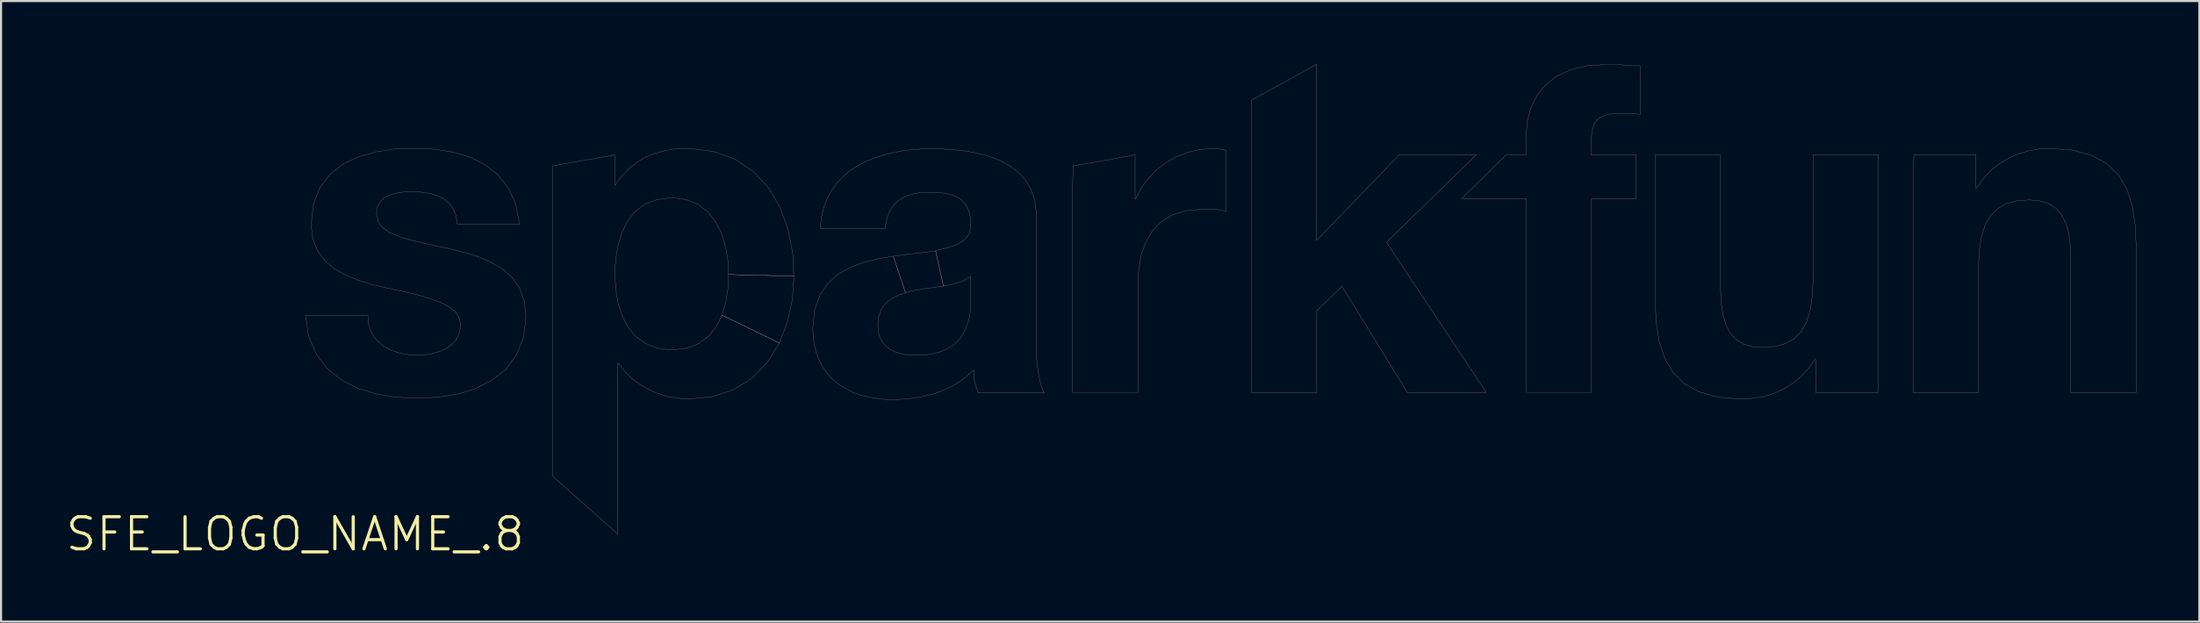
<source format=kicad_pcb>
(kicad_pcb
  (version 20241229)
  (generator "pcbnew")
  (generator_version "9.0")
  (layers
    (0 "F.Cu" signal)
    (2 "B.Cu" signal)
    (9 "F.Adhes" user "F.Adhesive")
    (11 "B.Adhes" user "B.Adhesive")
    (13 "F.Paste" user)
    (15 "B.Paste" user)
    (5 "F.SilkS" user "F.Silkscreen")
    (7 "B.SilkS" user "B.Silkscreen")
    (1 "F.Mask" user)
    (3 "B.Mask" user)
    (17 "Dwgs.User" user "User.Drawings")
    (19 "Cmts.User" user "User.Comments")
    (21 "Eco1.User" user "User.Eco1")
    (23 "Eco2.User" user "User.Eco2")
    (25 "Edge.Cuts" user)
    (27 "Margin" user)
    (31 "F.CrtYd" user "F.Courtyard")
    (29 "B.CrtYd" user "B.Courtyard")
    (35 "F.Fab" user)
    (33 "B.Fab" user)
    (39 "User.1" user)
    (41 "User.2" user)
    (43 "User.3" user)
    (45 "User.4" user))
  (footprint "SFE_LOGO_NAME_.8"
    (layer "F.Cu")
    (at 10.958 22.313)
    (property "Reference" "SFE_LOGO_NAME_.8" (at 0 0 0) (layer "F.SilkS") (effects (font (size 1.524 1.524) (thickness 0.15))))
    (attr exclude_from_pos_files exclude_from_bom)
    (fp_line (start 0.498 -10.389) (end 3.078 -10.389) (stroke (width 0.008) (type solid)) (layer "B.SilkS"))
    (fp_line (start 0.62 -9.5) (end 0.498 -10.389) (stroke (width 0.008) (type solid)) (layer "B.SilkS"))
    (fp_line (start 0.648 -9.388) (end 0.62 -9.5) (stroke (width 0.008) (type solid)) (layer "B.SilkS"))
    (fp_line (start 0.759 -14.699) (end 0.869 -15.679) (stroke (width 0.008) (type solid)) (layer "B.SilkS"))
    (fp_line (start 0.838 -14.008) (end 0.759 -14.699) (stroke (width 0.008) (type solid)) (layer "B.SilkS"))
    (fp_line (start 0.869 -15.679) (end 1.189 -16.48) (stroke (width 0.008) (type solid)) (layer "B.SilkS"))
    (fp_line (start 1.008 -8.539) (end 0.648 -9.388) (stroke (width 0.008) (type solid)) (layer "B.SilkS"))
    (fp_line (start 1.069 -13.439) (end 0.838 -14.008) (stroke (width 0.008) (type solid)) (layer "B.SilkS"))
    (fp_line (start 1.189 -16.48) (end 1.679 -17.109) (stroke (width 0.008) (type solid)) (layer "B.SilkS"))
    (fp_line (start 1.42 -12.969) (end 1.069 -13.439) (stroke (width 0.008) (type solid)) (layer "B.SilkS"))
    (fp_line (start 1.539 -7.849) (end 1.008 -8.539) (stroke (width 0.008) (type solid)) (layer "B.SilkS"))
    (fp_line (start 1.679 -17.109) (end 2.309 -17.59) (stroke (width 0.008) (type solid)) (layer "B.SilkS"))
    (fp_line (start 1.869 -12.598) (end 1.42 -12.969) (stroke (width 0.008) (type solid)) (layer "B.SilkS"))
    (fp_line (start 2.21 -7.308) (end 1.539 -7.849) (stroke (width 0.008) (type solid)) (layer "B.SilkS"))
    (fp_line (start 2.309 -17.59) (end 3.048 -17.937) (stroke (width 0.008) (type solid)) (layer "B.SilkS"))
    (fp_line (start 2.408 -12.289) (end 1.869 -12.598) (stroke (width 0.008) (type solid)) (layer "B.SilkS"))
    (fp_line (start 3 -6.909) (end 2.21 -7.308) (stroke (width 0.008) (type solid)) (layer "B.SilkS"))
    (fp_line (start 3.018 -12.05) (end 2.408 -12.289) (stroke (width 0.008) (type solid)) (layer "B.SilkS"))
    (fp_line (start 3.048 -17.937) (end 3.879 -18.158) (stroke (width 0.008) (type solid)) (layer "B.SilkS"))
    (fp_line (start 3.078 -10.389) (end 3.449 -10.389) (stroke (width 0.008) (type solid)) (layer "B.SilkS"))
    (fp_line (start 3.449 -10.389) (end 3.498 -9.929) (stroke (width 0.008) (type solid)) (layer "B.SilkS"))
    (fp_line (start 3.498 -9.929) (end 3.65 -9.528) (stroke (width 0.008) (type solid)) (layer "B.SilkS"))
    (fp_line (start 3.65 -9.528) (end 3.879 -9.207) (stroke (width 0.008) (type solid)) (layer "B.SilkS"))
    (fp_line (start 3.668 -11.849) (end 3.018 -12.05) (stroke (width 0.008) (type solid)) (layer "B.SilkS"))
    (fp_line (start 3.858 -15.22) (end 3.94 -14.839) (stroke (width 0.008) (type solid)) (layer "B.SilkS"))
    (fp_line (start 3.879 -18.158) (end 4.76 -18.288) (stroke (width 0.008) (type solid)) (layer "B.SilkS"))
    (fp_line (start 3.879 -9.207) (end 4.188 -8.938) (stroke (width 0.008) (type solid)) (layer "B.SilkS"))
    (fp_line (start 3.879 -6.65) (end 3 -6.909) (stroke (width 0.008) (type solid)) (layer "B.SilkS"))
    (fp_line (start 3.909 -15.53) (end 3.858 -15.22) (stroke (width 0.008) (type solid)) (layer "B.SilkS"))
    (fp_line (start 3.94 -14.839) (end 4.158 -14.539) (stroke (width 0.008) (type solid)) (layer "B.SilkS"))
    (fp_line (start 4.028 -15.778) (end 3.909 -15.53) (stroke (width 0.008) (type solid)) (layer "B.SilkS"))
    (fp_line (start 4.158 -14.539) (end 4.508 -14.308) (stroke (width 0.008) (type solid)) (layer "B.SilkS"))
    (fp_line (start 4.188 -8.938) (end 4.549 -8.738) (stroke (width 0.008) (type solid)) (layer "B.SilkS"))
    (fp_line (start 4.219 -15.959) (end 4.028 -15.778) (stroke (width 0.008) (type solid)) (layer "B.SilkS"))
    (fp_line (start 4.338 -11.689) (end 3.668 -11.849) (stroke (width 0.008) (type solid)) (layer "B.SilkS"))
    (fp_line (start 4.458 -16.088) (end 4.219 -15.959) (stroke (width 0.008) (type solid)) (layer "B.SilkS"))
    (fp_line (start 4.508 -14.308) (end 4.958 -14.12) (stroke (width 0.008) (type solid)) (layer "B.SilkS"))
    (fp_line (start 4.549 -8.738) (end 4.948 -8.598) (stroke (width 0.008) (type solid)) (layer "B.SilkS"))
    (fp_line (start 4.729 -16.18) (end 4.458 -16.088) (stroke (width 0.008) (type solid)) (layer "B.SilkS"))
    (fp_line (start 4.76 -18.288) (end 5.669 -18.318) (stroke (width 0.008) (type solid)) (layer "B.SilkS"))
    (fp_line (start 4.829 -6.5) (end 3.879 -6.65) (stroke (width 0.008) (type solid)) (layer "B.SilkS"))
    (fp_line (start 4.948 -8.598) (end 5.38 -8.519) (stroke (width 0.008) (type solid)) (layer "B.SilkS"))
    (fp_line (start 4.958 -14.12) (end 5.499 -13.96) (stroke (width 0.008) (type solid)) (layer "B.SilkS"))
    (fp_line (start 5.019 -16.228) (end 4.729 -16.18) (stroke (width 0.008) (type solid)) (layer "B.SilkS"))
    (fp_line (start 5.128 -11.519) (end 4.338 -11.689) (stroke (width 0.008) (type solid)) (layer "B.SilkS"))
    (fp_line (start 5.309 -16.259) (end 5.019 -16.228) (stroke (width 0.008) (type solid)) (layer "B.SilkS"))
    (fp_line (start 5.38 -8.519) (end 5.829 -8.489) (stroke (width 0.008) (type solid)) (layer "B.SilkS"))
    (fp_line (start 5.499 -13.96) (end 6.088 -13.818) (stroke (width 0.008) (type solid)) (layer "B.SilkS"))
    (fp_line (start 5.588 -16.259) (end 5.309 -16.259) (stroke (width 0.008) (type solid)) (layer "B.SilkS"))
    (fp_line (start 5.669 -18.318) (end 6.579 -18.278) (stroke (width 0.008) (type solid)) (layer "B.SilkS"))
    (fp_line (start 5.799 -6.449) (end 4.829 -6.5) (stroke (width 0.008) (type solid)) (layer "B.SilkS"))
    (fp_line (start 5.819 -11.359) (end 5.128 -11.519) (stroke (width 0.008) (type solid)) (layer "B.SilkS"))
    (fp_line (start 5.829 -8.489) (end 6.16 -8.519) (stroke (width 0.008) (type solid)) (layer "B.SilkS"))
    (fp_line (start 5.989 -16.238) (end 5.588 -16.259) (stroke (width 0.008) (type solid)) (layer "B.SilkS"))
    (fp_line (start 6.088 -13.818) (end 6.718 -13.678) (stroke (width 0.008) (type solid)) (layer "B.SilkS"))
    (fp_line (start 6.16 -8.519) (end 6.507 -8.57) (stroke (width 0.008) (type solid)) (layer "B.SilkS"))
    (fp_line (start 6.368 -16.18) (end 5.989 -16.238) (stroke (width 0.008) (type solid)) (layer "B.SilkS"))
    (fp_line (start 6.419 -11.179) (end 5.819 -11.359) (stroke (width 0.008) (type solid)) (layer "B.SilkS"))
    (fp_line (start 6.507 -8.57) (end 6.848 -8.669) (stroke (width 0.008) (type solid)) (layer "B.SilkS"))
    (fp_line (start 6.579 -18.278) (end 7.45 -18.148) (stroke (width 0.008) (type solid)) (layer "B.SilkS"))
    (fp_line (start 6.718 -16.088) (end 6.368 -16.18) (stroke (width 0.008) (type solid)) (layer "B.SilkS"))
    (fp_line (start 6.718 -13.678) (end 7.379 -13.538) (stroke (width 0.008) (type solid)) (layer "B.SilkS"))
    (fp_line (start 6.759 -6.5) (end 5.799 -6.449) (stroke (width 0.008) (type solid)) (layer "B.SilkS"))
    (fp_line (start 6.848 -8.669) (end 7.168 -8.809) (stroke (width 0.008) (type solid)) (layer "B.SilkS"))
    (fp_line (start 6.929 -10.988) (end 6.419 -11.179) (stroke (width 0.008) (type solid)) (layer "B.SilkS"))
    (fp_line (start 7.028 -15.938) (end 6.718 -16.088) (stroke (width 0.008) (type solid)) (layer "B.SilkS"))
    (fp_line (start 7.168 -8.809) (end 7.44 -9.009) (stroke (width 0.008) (type solid)) (layer "B.SilkS"))
    (fp_line (start 7.29 -15.738) (end 7.028 -15.938) (stroke (width 0.008) (type solid)) (layer "B.SilkS"))
    (fp_line (start 7.318 -10.78) (end 6.929 -10.988) (stroke (width 0.008) (type solid)) (layer "B.SilkS"))
    (fp_line (start 7.379 -13.538) (end 8.049 -13.368) (stroke (width 0.008) (type solid)) (layer "B.SilkS"))
    (fp_line (start 7.44 -9.009) (end 7.658 -9.248) (stroke (width 0.008) (type solid)) (layer "B.SilkS"))
    (fp_line (start 7.45 -18.148) (end 8.258 -17.92) (stroke (width 0.008) (type solid)) (layer "B.SilkS"))
    (fp_line (start 7.488 -15.469) (end 7.29 -15.738) (stroke (width 0.008) (type solid)) (layer "B.SilkS"))
    (fp_line (start 7.62 -10.549) (end 7.318 -10.78) (stroke (width 0.008) (type solid)) (layer "B.SilkS"))
    (fp_line (start 7.628 -15.138) (end 7.488 -15.469) (stroke (width 0.008) (type solid)) (layer "B.SilkS"))
    (fp_line (start 7.658 -9.248) (end 7.798 -9.568) (stroke (width 0.008) (type solid)) (layer "B.SilkS"))
    (fp_line (start 7.678 -6.64) (end 6.759 -6.5) (stroke (width 0.008) (type solid)) (layer "B.SilkS"))
    (fp_line (start 7.699 -14.719) (end 7.628 -15.138) (stroke (width 0.008) (type solid)) (layer "B.SilkS"))
    (fp_line (start 7.788 -10.269) (end 7.62 -10.549) (stroke (width 0.008) (type solid)) (layer "B.SilkS"))
    (fp_line (start 7.798 -9.568) (end 7.859 -9.939) (stroke (width 0.008) (type solid)) (layer "B.SilkS"))
    (fp_line (start 7.859 -9.939) (end 7.788 -10.269) (stroke (width 0.008) (type solid)) (layer "B.SilkS"))
    (fp_line (start 8.049 -13.368) (end 8.7 -13.17) (stroke (width 0.008) (type solid)) (layer "B.SilkS"))
    (fp_line (start 8.258 -17.92) (end 8.989 -17.559) (stroke (width 0.008) (type solid)) (layer "B.SilkS"))
    (fp_line (start 8.55 -6.909) (end 7.678 -6.64) (stroke (width 0.008) (type solid)) (layer "B.SilkS"))
    (fp_line (start 8.7 -13.17) (end 9.299 -12.908) (stroke (width 0.008) (type solid)) (layer "B.SilkS"))
    (fp_line (start 8.989 -17.559) (end 9.609 -17.079) (stroke (width 0.008) (type solid)) (layer "B.SilkS"))
    (fp_line (start 9.299 -12.908) (end 9.84 -12.588) (stroke (width 0.008) (type solid)) (layer "B.SilkS"))
    (fp_line (start 9.329 -7.3) (end 8.55 -6.909) (stroke (width 0.008) (type solid)) (layer "B.SilkS"))
    (fp_line (start 9.609 -17.079) (end 10.109 -16.459) (stroke (width 0.008) (type solid)) (layer "B.SilkS"))
    (fp_line (start 9.84 -12.588) (end 10.3 -12.189) (stroke (width 0.008) (type solid)) (layer "B.SilkS"))
    (fp_line (start 10 -7.828) (end 9.329 -7.3) (stroke (width 0.008) (type solid)) (layer "B.SilkS"))
    (fp_line (start 10.109 -16.459) (end 10.47 -15.679) (stroke (width 0.008) (type solid)) (layer "B.SilkS"))
    (fp_line (start 10.3 -12.189) (end 10.648 -11.699) (stroke (width 0.008) (type solid)) (layer "B.SilkS"))
    (fp_line (start 10.47 -15.679) (end 10.648 -14.719) (stroke (width 0.008) (type solid)) (layer "B.SilkS"))
    (fp_line (start 10.508 -8.509) (end 10 -7.828) (stroke (width 0.008) (type solid)) (layer "B.SilkS"))
    (fp_line (start 10.648 -14.719) (end 7.699 -14.719) (stroke (width 0.008) (type solid)) (layer "B.SilkS"))
    (fp_line (start 10.648 -11.699) (end 10.869 -11.1) (stroke (width 0.008) (type solid)) (layer "B.SilkS"))
    (fp_line (start 10.838 -9.35) (end 10.508 -8.509) (stroke (width 0.008) (type solid)) (layer "B.SilkS"))
    (fp_line (start 10.869 -11.1) (end 10.95 -10.378) (stroke (width 0.008) (type solid)) (layer "B.SilkS"))
    (fp_line (start 10.95 -10.378) (end 10.95 -10.239) (stroke (width 0.008) (type solid)) (layer "B.SilkS"))
    (fp_line (start 10.95 -10.239) (end 10.838 -9.35) (stroke (width 0.008) (type solid)) (layer "B.SilkS"))
    (fp_line (start 12.22 -17.488) (end 12.588 -17.549) (stroke (width 0.008) (type solid)) (layer "B.SilkS"))
    (fp_line (start 12.22 -2.758) (end 12.22 -17.488) (stroke (width 0.008) (type solid)) (layer "B.SilkS"))
    (fp_line (start 12.588 -17.549) (end 12.959 -17.62) (stroke (width 0.008) (type solid)) (layer "B.SilkS"))
    (fp_line (start 12.609 -2.408) (end 12.22 -2.758) (stroke (width 0.008) (type solid)) (layer "B.SilkS"))
    (fp_line (start 12.959 -17.62) (end 13.32 -17.678) (stroke (width 0.008) (type solid)) (layer "B.SilkS"))
    (fp_line (start 12.99 -2.068) (end 12.609 -2.408) (stroke (width 0.008) (type solid)) (layer "B.SilkS"))
    (fp_line (start 13.32 -17.678) (end 13.688 -17.75) (stroke (width 0.008) (type solid)) (layer "B.SilkS"))
    (fp_line (start 13.378 -1.72) (end 12.99 -2.068) (stroke (width 0.008) (type solid)) (layer "B.SilkS"))
    (fp_line (start 13.688 -17.75) (end 14.059 -17.808) (stroke (width 0.008) (type solid)) (layer "B.SilkS"))
    (fp_line (start 13.769 -1.379) (end 13.378 -1.72) (stroke (width 0.008) (type solid)) (layer "B.SilkS"))
    (fp_line (start 14.059 -17.808) (end 14.43 -17.879) (stroke (width 0.008) (type solid)) (layer "B.SilkS"))
    (fp_line (start 14.158 -1.029) (end 13.769 -1.379) (stroke (width 0.008) (type solid)) (layer "B.SilkS"))
    (fp_line (start 14.43 -17.879) (end 14.798 -17.937) (stroke (width 0.008) (type solid)) (layer "B.SilkS"))
    (fp_line (start 14.539 -0.688) (end 14.158 -1.029) (stroke (width 0.008) (type solid)) (layer "B.SilkS"))
    (fp_line (start 14.798 -17.937) (end 15.169 -18.009) (stroke (width 0.008) (type solid)) (layer "B.SilkS"))
    (fp_line (start 14.928 -0.338) (end 14.539 -0.688) (stroke (width 0.008) (type solid)) (layer "B.SilkS"))
    (fp_line (start 15.169 -18.009) (end 15.169 -16.568) (stroke (width 0.008) (type solid)) (layer "B.SilkS"))
    (fp_line (start 15.169 -16.568) (end 15.189 -16.568) (stroke (width 0.008) (type solid)) (layer "B.SilkS"))
    (fp_line (start 15.179 -12.329) (end 15.22 -11.648) (stroke (width 0.008) (type solid)) (layer "B.SilkS"))
    (fp_line (start 15.189 -16.568) (end 15.489 -16.988) (stroke (width 0.008) (type solid)) (layer "B.SilkS"))
    (fp_line (start 15.21 -13.01) (end 15.179 -12.329) (stroke (width 0.008) (type solid)) (layer "B.SilkS"))
    (fp_line (start 15.22 -11.648) (end 15.319 -10.998) (stroke (width 0.008) (type solid)) (layer "B.SilkS"))
    (fp_line (start 15.319 -13.668) (end 15.21 -13.01) (stroke (width 0.008) (type solid)) (layer "B.SilkS"))
    (fp_line (start 15.319 -10.998) (end 15.509 -10.399) (stroke (width 0.008) (type solid)) (layer "B.SilkS"))
    (fp_line (start 15.319 -8.118) (end 15.319 0) (stroke (width 0.008) (type solid)) (layer "B.SilkS"))
    (fp_line (start 15.319 0) (end 14.928 -0.338) (stroke (width 0.008) (type solid)) (layer "B.SilkS"))
    (fp_line (start 15.339 -8.118) (end 15.319 -8.118) (stroke (width 0.008) (type solid)) (layer "B.SilkS"))
    (fp_line (start 15.489 -16.988) (end 15.839 -17.348) (stroke (width 0.008) (type solid)) (layer "B.SilkS"))
    (fp_line (start 15.499 -14.287) (end 15.319 -13.668) (stroke (width 0.008) (type solid)) (layer "B.SilkS"))
    (fp_line (start 15.509 -10.399) (end 15.778 -9.858) (stroke (width 0.008) (type solid)) (layer "B.SilkS"))
    (fp_line (start 15.639 -7.729) (end 15.339 -8.118) (stroke (width 0.008) (type solid)) (layer "B.SilkS"))
    (fp_line (start 15.758 -14.839) (end 15.499 -14.287) (stroke (width 0.008) (type solid)) (layer "B.SilkS"))
    (fp_line (start 15.778 -9.858) (end 16.149 -9.398) (stroke (width 0.008) (type solid)) (layer "B.SilkS"))
    (fp_line (start 15.839 -17.348) (end 16.218 -17.658) (stroke (width 0.008) (type solid)) (layer "B.SilkS"))
    (fp_line (start 15.989 -7.389) (end 15.639 -7.729) (stroke (width 0.008) (type solid)) (layer "B.SilkS"))
    (fp_line (start 16.129 -15.309) (end 15.758 -14.839) (stroke (width 0.008) (type solid)) (layer "B.SilkS"))
    (fp_line (start 16.149 -9.398) (end 16.619 -9.058) (stroke (width 0.008) (type solid)) (layer "B.SilkS"))
    (fp_line (start 16.218 -17.658) (end 16.629 -17.899) (stroke (width 0.008) (type solid)) (layer "B.SilkS"))
    (fp_line (start 16.378 -7.099) (end 15.989 -7.389) (stroke (width 0.008) (type solid)) (layer "B.SilkS"))
    (fp_line (start 16.589 -15.659) (end 16.129 -15.309) (stroke (width 0.008) (type solid)) (layer "B.SilkS"))
    (fp_line (start 16.619 -9.058) (end 17.198 -8.829) (stroke (width 0.008) (type solid)) (layer "B.SilkS"))
    (fp_line (start 16.629 -17.899) (end 17.069 -18.08) (stroke (width 0.008) (type solid)) (layer "B.SilkS"))
    (fp_line (start 16.8 -6.858) (end 16.378 -7.099) (stroke (width 0.008) (type solid)) (layer "B.SilkS"))
    (fp_line (start 17.069 -18.08) (end 17.539 -18.209) (stroke (width 0.008) (type solid)) (layer "B.SilkS"))
    (fp_line (start 17.168 -15.888) (end 16.589 -15.659) (stroke (width 0.008) (type solid)) (layer "B.SilkS"))
    (fp_line (start 17.198 -8.829) (end 17.889 -8.748) (stroke (width 0.008) (type solid)) (layer "B.SilkS"))
    (fp_line (start 17.239 -6.668) (end 16.8 -6.858) (stroke (width 0.008) (type solid)) (layer "B.SilkS"))
    (fp_line (start 17.539 -18.209) (end 18.029 -18.288) (stroke (width 0.008) (type solid)) (layer "B.SilkS"))
    (fp_line (start 17.719 -6.528) (end 17.239 -6.668) (stroke (width 0.008) (type solid)) (layer "B.SilkS"))
    (fp_line (start 17.869 -15.979) (end 17.168 -15.888) (stroke (width 0.008) (type solid)) (layer "B.SilkS"))
    (fp_line (start 17.889 -8.748) (end 18.588 -8.829) (stroke (width 0.008) (type solid)) (layer "B.SilkS"))
    (fp_line (start 18.029 -18.288) (end 18.55 -18.308) (stroke (width 0.008) (type solid)) (layer "B.SilkS"))
    (fp_line (start 18.209 -6.449) (end 17.719 -6.528) (stroke (width 0.008) (type solid)) (layer "B.SilkS"))
    (fp_line (start 18.55 -18.308) (end 18.71 -18.308) (stroke (width 0.008) (type solid)) (layer "B.SilkS"))
    (fp_line (start 18.55 -15.888) (end 17.869 -15.979) (stroke (width 0.008) (type solid)) (layer "B.SilkS"))
    (fp_line (start 18.588 -8.829) (end 19.169 -9.058) (stroke (width 0.008) (type solid)) (layer "B.SilkS"))
    (fp_line (start 18.71 -18.308) (end 19.779 -18.179) (stroke (width 0.008) (type solid)) (layer "B.SilkS"))
    (fp_line (start 18.72 -6.419) (end 18.209 -6.449) (stroke (width 0.008) (type solid)) (layer "B.SilkS"))
    (fp_line (start 19.129 -15.659) (end 18.55 -15.888) (stroke (width 0.008) (type solid)) (layer "B.SilkS"))
    (fp_line (start 19.169 -9.058) (end 19.629 -9.398) (stroke (width 0.008) (type solid)) (layer "B.SilkS"))
    (fp_line (start 19.599 -15.298) (end 19.129 -15.659) (stroke (width 0.008) (type solid)) (layer "B.SilkS"))
    (fp_line (start 19.629 -9.398) (end 19.99 -9.858) (stroke (width 0.008) (type solid)) (layer "B.SilkS"))
    (fp_line (start 19.748 -6.518) (end 18.72 -6.419) (stroke (width 0.008) (type solid)) (layer "B.SilkS"))
    (fp_line (start 19.779 -18.179) (end 19.919 -18.148) (stroke (width 0.008) (type solid)) (layer "B.SilkS"))
    (fp_line (start 19.878 -6.548) (end 19.748 -6.518) (stroke (width 0.008) (type solid)) (layer "B.SilkS"))
    (fp_line (start 19.919 -18.148) (end 20.838 -17.818) (stroke (width 0.008) (type solid)) (layer "B.SilkS"))
    (fp_line (start 19.959 -14.829) (end 19.599 -15.298) (stroke (width 0.008) (type solid)) (layer "B.SilkS"))
    (fp_line (start 19.99 -9.858) (end 20.259 -10.399) (stroke (width 0.008) (type solid)) (layer "B.SilkS"))
    (fp_line (start 20.239 -14.28) (end 19.959 -14.829) (stroke (width 0.008) (type solid)) (layer "B.SilkS"))
    (fp_line (start 20.259 -10.399) (end 20.439 -10.998) (stroke (width 0.008) (type solid)) (layer "B.SilkS"))
    (fp_line (start 20.259 -10.399) (end 22.979 -9.078) (stroke (width 0.008) (type solid)) (layer "B.SilkS"))
    (fp_line (start 20.429 -13.658) (end 20.239 -14.28) (stroke (width 0.008) (type solid)) (layer "B.SilkS"))
    (fp_line (start 20.439 -10.998) (end 20.538 -11.648) (stroke (width 0.008) (type solid)) (layer "B.SilkS"))
    (fp_line (start 20.538 -13.01) (end 20.429 -13.658) (stroke (width 0.008) (type solid)) (layer "B.SilkS"))
    (fp_line (start 20.538 -11.648) (end 20.569 -12.329) (stroke (width 0.008) (type solid)) (layer "B.SilkS"))
    (fp_line (start 20.569 -12.329) (end 20.538 -13.01) (stroke (width 0.008) (type solid)) (layer "B.SilkS"))
    (fp_line (start 20.569 -12.329) (end 23.668 -12.248) (stroke (width 0.008) (type solid)) (layer "B.SilkS"))
    (fp_line (start 20.77 -6.848) (end 19.878 -6.548) (stroke (width 0.008) (type solid)) (layer "B.SilkS"))
    (fp_line (start 20.838 -17.818) (end 20.958 -17.75) (stroke (width 0.008) (type solid)) (layer "B.SilkS"))
    (fp_line (start 20.889 -6.909) (end 20.77 -6.848) (stroke (width 0.008) (type solid)) (layer "B.SilkS"))
    (fp_line (start 20.958 -17.75) (end 21.72 -17.239) (stroke (width 0.008) (type solid)) (layer "B.SilkS"))
    (fp_line (start 21.648 -7.389) (end 20.889 -6.909) (stroke (width 0.008) (type solid)) (layer "B.SilkS"))
    (fp_line (start 21.72 -17.239) (end 21.819 -17.148) (stroke (width 0.008) (type solid)) (layer "B.SilkS"))
    (fp_line (start 21.74 -7.468) (end 21.648 -7.389) (stroke (width 0.008) (type solid)) (layer "B.SilkS"))
    (fp_line (start 21.819 -17.148) (end 22.438 -16.48) (stroke (width 0.008) (type solid)) (layer "B.SilkS"))
    (fp_line (start 22.36 -8.098) (end 21.74 -7.468) (stroke (width 0.008) (type solid)) (layer "B.SilkS"))
    (fp_line (start 22.438 -16.48) (end 22.509 -16.378) (stroke (width 0.008) (type solid)) (layer "B.SilkS"))
    (fp_line (start 22.438 -8.199) (end 22.36 -8.098) (stroke (width 0.008) (type solid)) (layer "B.SilkS"))
    (fp_line (start 22.509 -16.378) (end 22.979 -15.578) (stroke (width 0.008) (type solid)) (layer "B.SilkS"))
    (fp_line (start 22.918 -8.959) (end 22.438 -8.199) (stroke (width 0.008) (type solid)) (layer "B.SilkS"))
    (fp_line (start 22.979 -15.578) (end 23.038 -15.448) (stroke (width 0.008) (type solid)) (layer "B.SilkS"))
    (fp_line (start 22.979 -9.078) (end 20.259 -10.399) (stroke (width 0.008) (type solid)) (layer "B.SilkS"))
    (fp_line (start 22.979 -9.078) (end 22.918 -8.959) (stroke (width 0.008) (type solid)) (layer "B.SilkS"))
    (fp_line (start 23.038 -15.448) (end 23.368 -14.549) (stroke (width 0.008) (type solid)) (layer "B.SilkS"))
    (fp_line (start 23.32 -9.939) (end 22.979 -9.078) (stroke (width 0.008) (type solid)) (layer "B.SilkS"))
    (fp_line (start 23.358 -10.069) (end 23.32 -9.939) (stroke (width 0.008) (type solid)) (layer "B.SilkS"))
    (fp_line (start 23.368 -14.549) (end 23.409 -14.409) (stroke (width 0.008) (type solid)) (layer "B.SilkS"))
    (fp_line (start 23.409 -14.409) (end 23.599 -13.429) (stroke (width 0.008) (type solid)) (layer "B.SilkS"))
    (fp_line (start 23.569 -10.988) (end 23.358 -10.069) (stroke (width 0.008) (type solid)) (layer "B.SilkS"))
    (fp_line (start 23.599 -13.429) (end 23.619 -13.279) (stroke (width 0.008) (type solid)) (layer "B.SilkS"))
    (fp_line (start 23.599 -11.128) (end 23.569 -10.988) (stroke (width 0.008) (type solid)) (layer "B.SilkS"))
    (fp_line (start 23.619 -13.279) (end 23.668 -12.248) (stroke (width 0.008) (type solid)) (layer "B.SilkS"))
    (fp_line (start 23.668 -12.248) (end 20.569 -12.329) (stroke (width 0.008) (type solid)) (layer "B.SilkS"))
    (fp_line (start 23.668 -12.248) (end 23.668 -12.108) (stroke (width 0.008) (type solid)) (layer "B.SilkS"))
    (fp_line (start 23.668 -12.108) (end 23.599 -11.128) (stroke (width 0.008) (type solid)) (layer "B.SilkS"))
    (fp_line (start 24.569 -9.769) (end 24.658 -10.638) (stroke (width 0.008) (type solid)) (layer "B.SilkS"))
    (fp_line (start 24.59 -9.35) (end 24.569 -9.769) (stroke (width 0.008) (type solid)) (layer "B.SilkS"))
    (fp_line (start 24.648 -8.959) (end 24.59 -9.35) (stroke (width 0.008) (type solid)) (layer "B.SilkS"))
    (fp_line (start 24.658 -10.638) (end 24.91 -11.349) (stroke (width 0.008) (type solid)) (layer "B.SilkS"))
    (fp_line (start 24.74 -8.598) (end 24.648 -8.959) (stroke (width 0.008) (type solid)) (layer "B.SilkS"))
    (fp_line (start 24.869 -8.268) (end 24.74 -8.598) (stroke (width 0.008) (type solid)) (layer "B.SilkS"))
    (fp_line (start 24.91 -11.349) (end 25.288 -11.908) (stroke (width 0.008) (type solid)) (layer "B.SilkS"))
    (fp_line (start 24.92 -14.519) (end 24.978 -15.039) (stroke (width 0.008) (type solid)) (layer "B.SilkS"))
    (fp_line (start 24.978 -15.039) (end 25.088 -15.509) (stroke (width 0.008) (type solid)) (layer "B.SilkS"))
    (fp_line (start 25.029 -7.958) (end 24.869 -8.268) (stroke (width 0.008) (type solid)) (layer "B.SilkS"))
    (fp_line (start 25.088 -15.509) (end 25.258 -15.938) (stroke (width 0.008) (type solid)) (layer "B.SilkS"))
    (fp_line (start 25.22 -7.678) (end 25.029 -7.958) (stroke (width 0.008) (type solid)) (layer "B.SilkS"))
    (fp_line (start 25.258 -15.938) (end 25.469 -16.33) (stroke (width 0.008) (type solid)) (layer "B.SilkS"))
    (fp_line (start 25.288 -11.908) (end 25.778 -12.349) (stroke (width 0.008) (type solid)) (layer "B.SilkS"))
    (fp_line (start 25.438 -7.429) (end 25.22 -7.678) (stroke (width 0.008) (type solid)) (layer "B.SilkS"))
    (fp_line (start 25.469 -16.33) (end 25.718 -16.678) (stroke (width 0.008) (type solid)) (layer "B.SilkS"))
    (fp_line (start 25.679 -7.209) (end 25.438 -7.429) (stroke (width 0.008) (type solid)) (layer "B.SilkS"))
    (fp_line (start 25.718 -16.678) (end 26.01 -16.98) (stroke (width 0.008) (type solid)) (layer "B.SilkS"))
    (fp_line (start 25.778 -12.349) (end 26.35 -12.67) (stroke (width 0.008) (type solid)) (layer "B.SilkS"))
    (fp_line (start 25.949 -7.008) (end 25.679 -7.209) (stroke (width 0.008) (type solid)) (layer "B.SilkS"))
    (fp_line (start 26.01 -16.98) (end 26.33 -17.259) (stroke (width 0.008) (type solid)) (layer "B.SilkS"))
    (fp_line (start 26.248 -6.848) (end 25.949 -7.008) (stroke (width 0.008) (type solid)) (layer "B.SilkS"))
    (fp_line (start 26.33 -17.259) (end 26.688 -17.488) (stroke (width 0.008) (type solid)) (layer "B.SilkS"))
    (fp_line (start 26.35 -12.67) (end 26.998 -12.908) (stroke (width 0.008) (type solid)) (layer "B.SilkS"))
    (fp_line (start 26.558 -6.698) (end 26.248 -6.848) (stroke (width 0.008) (type solid)) (layer "B.SilkS"))
    (fp_line (start 26.688 -17.488) (end 27.069 -17.689) (stroke (width 0.008) (type solid)) (layer "B.SilkS"))
    (fp_line (start 26.899 -6.589) (end 26.558 -6.698) (stroke (width 0.008) (type solid)) (layer "B.SilkS"))
    (fp_line (start 26.998 -12.908) (end 27.678 -13.078) (stroke (width 0.008) (type solid)) (layer "B.SilkS"))
    (fp_line (start 27.069 -17.689) (end 27.478 -17.859) (stroke (width 0.008) (type solid)) (layer "B.SilkS"))
    (fp_line (start 27.259 -6.5) (end 26.899 -6.589) (stroke (width 0.008) (type solid)) (layer "B.SilkS"))
    (fp_line (start 27.478 -17.859) (end 27.91 -17.998) (stroke (width 0.008) (type solid)) (layer "B.SilkS"))
    (fp_line (start 27.628 -6.439) (end 27.259 -6.5) (stroke (width 0.008) (type solid)) (layer "B.SilkS"))
    (fp_line (start 27.658 -9.929) (end 27.668 -9.718) (stroke (width 0.008) (type solid)) (layer "B.SilkS"))
    (fp_line (start 27.668 -10.13) (end 27.658 -9.929) (stroke (width 0.008) (type solid)) (layer "B.SilkS"))
    (fp_line (start 27.668 -9.718) (end 27.699 -9.538) (stroke (width 0.008) (type solid)) (layer "B.SilkS"))
    (fp_line (start 27.678 -13.078) (end 28.39 -13.198) (stroke (width 0.008) (type solid)) (layer "B.SilkS"))
    (fp_line (start 27.699 -10.317) (end 27.668 -10.13) (stroke (width 0.008) (type solid)) (layer "B.SilkS"))
    (fp_line (start 27.699 -9.538) (end 27.75 -9.368) (stroke (width 0.008) (type solid)) (layer "B.SilkS"))
    (fp_line (start 27.75 -10.477) (end 27.699 -10.317) (stroke (width 0.008) (type solid)) (layer "B.SilkS"))
    (fp_line (start 27.75 -9.368) (end 27.818 -9.218) (stroke (width 0.008) (type solid)) (layer "B.SilkS"))
    (fp_line (start 27.808 -10.638) (end 27.75 -10.477) (stroke (width 0.008) (type solid)) (layer "B.SilkS"))
    (fp_line (start 27.818 -9.218) (end 27.899 -9.088) (stroke (width 0.008) (type solid)) (layer "B.SilkS"))
    (fp_line (start 27.889 -10.78) (end 27.808 -10.638) (stroke (width 0.008) (type solid)) (layer "B.SilkS"))
    (fp_line (start 27.899 -9.088) (end 27.998 -8.969) (stroke (width 0.008) (type solid)) (layer "B.SilkS"))
    (fp_line (start 27.91 -17.998) (end 28.349 -18.108) (stroke (width 0.008) (type solid)) (layer "B.SilkS"))
    (fp_line (start 27.988 -10.899) (end 27.889 -10.78) (stroke (width 0.008) (type solid)) (layer "B.SilkS"))
    (fp_line (start 27.998 -8.969) (end 28.108 -8.87) (stroke (width 0.008) (type solid)) (layer "B.SilkS"))
    (fp_line (start 28.009 -14.519) (end 24.92 -14.519) (stroke (width 0.008) (type solid)) (layer "B.SilkS"))
    (fp_line (start 28.009 -6.398) (end 27.628 -6.439) (stroke (width 0.008) (type solid)) (layer "B.SilkS"))
    (fp_line (start 28.039 -14.75) (end 28.009 -14.519) (stroke (width 0.008) (type solid)) (layer "B.SilkS"))
    (fp_line (start 28.08 -14.948) (end 28.039 -14.75) (stroke (width 0.008) (type solid)) (layer "B.SilkS"))
    (fp_line (start 28.097 -11.019) (end 27.988 -10.899) (stroke (width 0.008) (type solid)) (layer "B.SilkS"))
    (fp_line (start 28.108 -8.87) (end 28.23 -8.778) (stroke (width 0.008) (type solid)) (layer "B.SilkS"))
    (fp_line (start 28.138 -15.138) (end 28.08 -14.948) (stroke (width 0.008) (type solid)) (layer "B.SilkS"))
    (fp_line (start 28.209 -15.309) (end 28.138 -15.138) (stroke (width 0.008) (type solid)) (layer "B.SilkS"))
    (fp_line (start 28.219 -11.118) (end 28.097 -11.019) (stroke (width 0.008) (type solid)) (layer "B.SilkS"))
    (fp_line (start 28.23 -8.778) (end 28.369 -8.71) (stroke (width 0.008) (type solid)) (layer "B.SilkS"))
    (fp_line (start 28.298 -15.458) (end 28.209 -15.309) (stroke (width 0.008) (type solid)) (layer "B.SilkS"))
    (fp_line (start 28.349 -18.108) (end 28.809 -18.199) (stroke (width 0.008) (type solid)) (layer "B.SilkS"))
    (fp_line (start 28.349 -11.199) (end 28.219 -11.118) (stroke (width 0.008) (type solid)) (layer "B.SilkS"))
    (fp_line (start 28.369 -8.71) (end 28.519 -8.639) (stroke (width 0.008) (type solid)) (layer "B.SilkS"))
    (fp_line (start 28.39 -15.598) (end 28.298 -15.458) (stroke (width 0.008) (type solid)) (layer "B.SilkS"))
    (fp_line (start 28.39 -13.198) (end 28.969 -11.458) (stroke (width 0.008) (type solid)) (layer "B.SilkS"))
    (fp_line (start 28.39 -13.198) (end 29.088 -13.289) (stroke (width 0.008) (type solid)) (layer "B.SilkS"))
    (fp_line (start 28.489 -11.278) (end 28.349 -11.199) (stroke (width 0.008) (type solid)) (layer "B.SilkS"))
    (fp_line (start 28.509 -15.728) (end 28.39 -15.598) (stroke (width 0.008) (type solid)) (layer "B.SilkS"))
    (fp_line (start 28.519 -8.639) (end 28.679 -8.588) (stroke (width 0.008) (type solid)) (layer "B.SilkS"))
    (fp_line (start 28.628 -15.839) (end 28.509 -15.728) (stroke (width 0.008) (type solid)) (layer "B.SilkS"))
    (fp_line (start 28.639 -11.349) (end 28.489 -11.278) (stroke (width 0.008) (type solid)) (layer "B.SilkS"))
    (fp_line (start 28.669 -6.398) (end 28.009 -6.398) (stroke (width 0.008) (type solid)) (layer "B.SilkS"))
    (fp_line (start 28.679 -8.588) (end 28.839 -8.55) (stroke (width 0.008) (type solid)) (layer "B.SilkS"))
    (fp_line (start 28.768 -15.928) (end 28.628 -15.839) (stroke (width 0.008) (type solid)) (layer "B.SilkS"))
    (fp_line (start 28.799 -11.41) (end 28.639 -11.349) (stroke (width 0.008) (type solid)) (layer "B.SilkS"))
    (fp_line (start 28.809 -18.199) (end 29.279 -18.258) (stroke (width 0.008) (type solid)) (layer "B.SilkS"))
    (fp_line (start 28.839 -8.55) (end 29.009 -8.519) (stroke (width 0.008) (type solid)) (layer "B.SilkS"))
    (fp_line (start 28.918 -16.01) (end 28.768 -15.928) (stroke (width 0.008) (type solid)) (layer "B.SilkS"))
    (fp_line (start 28.938 -6.419) (end 28.669 -6.398) (stroke (width 0.008) (type solid)) (layer "B.SilkS"))
    (fp_line (start 28.969 -11.468) (end 28.39 -13.198) (stroke (width 0.008) (type solid)) (layer "B.SilkS"))
    (fp_line (start 28.969 -11.458) (end 28.799 -11.41) (stroke (width 0.008) (type solid)) (layer "B.SilkS"))
    (fp_line (start 29.009 -8.519) (end 29.19 -8.499) (stroke (width 0.008) (type solid)) (layer "B.SilkS"))
    (fp_line (start 29.078 -16.078) (end 28.918 -16.01) (stroke (width 0.008) (type solid)) (layer "B.SilkS"))
    (fp_line (start 29.088 -13.289) (end 29.769 -13.368) (stroke (width 0.008) (type solid)) (layer "B.SilkS"))
    (fp_line (start 29.139 -11.519) (end 28.969 -11.468) (stroke (width 0.008) (type solid)) (layer "B.SilkS"))
    (fp_line (start 29.19 -8.499) (end 29.558 -8.499) (stroke (width 0.008) (type solid)) (layer "B.SilkS"))
    (fp_line (start 29.2 -6.439) (end 28.938 -6.419) (stroke (width 0.008) (type solid)) (layer "B.SilkS"))
    (fp_line (start 29.248 -16.129) (end 29.078 -16.078) (stroke (width 0.008) (type solid)) (layer "B.SilkS"))
    (fp_line (start 29.279 -18.258) (end 29.748 -18.288) (stroke (width 0.008) (type solid)) (layer "B.SilkS"))
    (fp_line (start 29.319 -11.56) (end 29.139 -11.519) (stroke (width 0.008) (type solid)) (layer "B.SilkS"))
    (fp_line (start 29.439 -16.18) (end 29.248 -16.129) (stroke (width 0.008) (type solid)) (layer "B.SilkS"))
    (fp_line (start 29.459 -6.48) (end 29.2 -6.439) (stroke (width 0.008) (type solid)) (layer "B.SilkS"))
    (fp_line (start 29.489 -11.587) (end 29.319 -11.56) (stroke (width 0.008) (type solid)) (layer "B.SilkS"))
    (fp_line (start 29.558 -8.499) (end 29.99 -8.519) (stroke (width 0.008) (type solid)) (layer "B.SilkS"))
    (fp_line (start 29.639 -16.208) (end 29.439 -16.18) (stroke (width 0.008) (type solid)) (layer "B.SilkS"))
    (fp_line (start 29.68 -11.618) (end 29.489 -11.587) (stroke (width 0.008) (type solid)) (layer "B.SilkS"))
    (fp_line (start 29.708 -6.518) (end 29.459 -6.48) (stroke (width 0.008) (type solid)) (layer "B.SilkS"))
    (fp_line (start 29.748 -18.288) (end 30.648 -18.288) (stroke (width 0.008) (type solid)) (layer "B.SilkS"))
    (fp_line (start 29.769 -13.368) (end 30.399 -13.449) (stroke (width 0.008) (type solid)) (layer "B.SilkS"))
    (fp_line (start 29.848 -16.228) (end 29.639 -16.208) (stroke (width 0.008) (type solid)) (layer "B.SilkS"))
    (fp_line (start 29.858 -11.648) (end 29.68 -11.618) (stroke (width 0.008) (type solid)) (layer "B.SilkS"))
    (fp_line (start 29.969 -6.579) (end 29.708 -6.518) (stroke (width 0.008) (type solid)) (layer "B.SilkS"))
    (fp_line (start 29.99 -8.519) (end 30.358 -8.578) (stroke (width 0.008) (type solid)) (layer "B.SilkS"))
    (fp_line (start 30.038 -11.679) (end 29.858 -11.648) (stroke (width 0.008) (type solid)) (layer "B.SilkS"))
    (fp_line (start 30.218 -6.64) (end 29.969 -6.579) (stroke (width 0.008) (type solid)) (layer "B.SilkS"))
    (fp_line (start 30.229 -11.699) (end 30.038 -11.679) (stroke (width 0.008) (type solid)) (layer "B.SilkS"))
    (fp_line (start 30.358 -8.578) (end 30.688 -8.679) (stroke (width 0.008) (type solid)) (layer "B.SilkS"))
    (fp_line (start 30.399 -13.459) (end 30.958 -13.599) (stroke (width 0.008) (type solid)) (layer "B.SilkS"))
    (fp_line (start 30.399 -13.449) (end 30.77 -11.778) (stroke (width 0.008) (type solid)) (layer "B.SilkS"))
    (fp_line (start 30.409 -11.73) (end 30.229 -11.699) (stroke (width 0.008) (type solid)) (layer "B.SilkS"))
    (fp_line (start 30.46 -16.228) (end 29.848 -16.228) (stroke (width 0.008) (type solid)) (layer "B.SilkS"))
    (fp_line (start 30.47 -6.718) (end 30.218 -6.64) (stroke (width 0.008) (type solid)) (layer "B.SilkS"))
    (fp_line (start 30.589 -11.758) (end 30.409 -11.73) (stroke (width 0.008) (type solid)) (layer "B.SilkS"))
    (fp_line (start 30.648 -18.288) (end 31.079 -18.268) (stroke (width 0.008) (type solid)) (layer "B.SilkS"))
    (fp_line (start 30.658 -16.208) (end 30.46 -16.228) (stroke (width 0.008) (type solid)) (layer "B.SilkS"))
    (fp_line (start 30.688 -8.679) (end 30.968 -8.809) (stroke (width 0.008) (type solid)) (layer "B.SilkS"))
    (fp_line (start 30.709 -6.81) (end 30.47 -6.718) (stroke (width 0.008) (type solid)) (layer "B.SilkS"))
    (fp_line (start 30.77 -11.788) (end 30.399 -13.459) (stroke (width 0.008) (type solid)) (layer "B.SilkS"))
    (fp_line (start 30.77 -11.778) (end 30.589 -11.758) (stroke (width 0.008) (type solid)) (layer "B.SilkS"))
    (fp_line (start 30.838 -16.18) (end 30.658 -16.208) (stroke (width 0.008) (type solid)) (layer "B.SilkS"))
    (fp_line (start 30.94 -6.909) (end 30.709 -6.81) (stroke (width 0.008) (type solid)) (layer "B.SilkS"))
    (fp_line (start 30.95 -11.808) (end 30.77 -11.788) (stroke (width 0.008) (type solid)) (layer "B.SilkS"))
    (fp_line (start 30.958 -13.599) (end 31.43 -13.759) (stroke (width 0.008) (type solid)) (layer "B.SilkS"))
    (fp_line (start 30.968 -8.809) (end 31.219 -8.959) (stroke (width 0.008) (type solid)) (layer "B.SilkS"))
    (fp_line (start 31.008 -16.149) (end 30.838 -16.18) (stroke (width 0.008) (type solid)) (layer "B.SilkS"))
    (fp_line (start 31.079 -18.268) (end 31.509 -18.23) (stroke (width 0.008) (type solid)) (layer "B.SilkS"))
    (fp_line (start 31.11 -11.839) (end 30.95 -11.808) (stroke (width 0.008) (type solid)) (layer "B.SilkS"))
    (fp_line (start 31.168 -7.018) (end 30.94 -6.909) (stroke (width 0.008) (type solid)) (layer "B.SilkS"))
    (fp_line (start 31.178 -16.099) (end 31.008 -16.149) (stroke (width 0.008) (type solid)) (layer "B.SilkS"))
    (fp_line (start 31.219 -8.959) (end 31.42 -9.139) (stroke (width 0.008) (type solid)) (layer "B.SilkS"))
    (fp_line (start 31.278 -11.88) (end 31.11 -11.839) (stroke (width 0.008) (type solid)) (layer "B.SilkS"))
    (fp_line (start 31.328 -16.038) (end 31.178 -16.099) (stroke (width 0.008) (type solid)) (layer "B.SilkS"))
    (fp_line (start 31.399 -7.148) (end 31.168 -7.018) (stroke (width 0.008) (type solid)) (layer "B.SilkS"))
    (fp_line (start 31.42 -9.139) (end 31.59 -9.329) (stroke (width 0.008) (type solid)) (layer "B.SilkS"))
    (fp_line (start 31.43 -13.759) (end 31.778 -13.978) (stroke (width 0.008) (type solid)) (layer "B.SilkS"))
    (fp_line (start 31.43 -11.928) (end 31.278 -11.88) (stroke (width 0.008) (type solid)) (layer "B.SilkS"))
    (fp_line (start 31.478 -15.969) (end 31.328 -16.038) (stroke (width 0.008) (type solid)) (layer "B.SilkS"))
    (fp_line (start 31.509 -18.23) (end 31.948 -18.169) (stroke (width 0.008) (type solid)) (layer "B.SilkS"))
    (fp_line (start 31.58 -11.979) (end 31.43 -11.928) (stroke (width 0.008) (type solid)) (layer "B.SilkS"))
    (fp_line (start 31.59 -9.329) (end 31.72 -9.528) (stroke (width 0.008) (type solid)) (layer "B.SilkS"))
    (fp_line (start 31.608 -15.878) (end 31.478 -15.969) (stroke (width 0.008) (type solid)) (layer "B.SilkS"))
    (fp_line (start 31.608 -7.29) (end 31.399 -7.148) (stroke (width 0.008) (type solid)) (layer "B.SilkS"))
    (fp_line (start 31.72 -12.029) (end 31.58 -11.979) (stroke (width 0.008) (type solid)) (layer "B.SilkS"))
    (fp_line (start 31.72 -9.528) (end 31.829 -9.749) (stroke (width 0.008) (type solid)) (layer "B.SilkS"))
    (fp_line (start 31.73 -15.768) (end 31.608 -15.878) (stroke (width 0.008) (type solid)) (layer "B.SilkS"))
    (fp_line (start 31.778 -13.978) (end 32.009 -14.287) (stroke (width 0.008) (type solid)) (layer "B.SilkS"))
    (fp_line (start 31.819 -7.45) (end 31.608 -7.29) (stroke (width 0.008) (type solid)) (layer "B.SilkS"))
    (fp_line (start 31.829 -15.639) (end 31.73 -15.768) (stroke (width 0.008) (type solid)) (layer "B.SilkS"))
    (fp_line (start 31.829 -9.749) (end 31.907 -9.97) (stroke (width 0.008) (type solid)) (layer "B.SilkS"))
    (fp_line (start 31.849 -12.098) (end 31.72 -12.029) (stroke (width 0.008) (type solid)) (layer "B.SilkS"))
    (fp_line (start 31.907 -15.499) (end 31.829 -15.639) (stroke (width 0.008) (type solid)) (layer "B.SilkS"))
    (fp_line (start 31.907 -9.97) (end 31.979 -10.178) (stroke (width 0.008) (type solid)) (layer "B.SilkS"))
    (fp_line (start 31.948 -18.169) (end 32.37 -18.09) (stroke (width 0.008) (type solid)) (layer "B.SilkS"))
    (fp_line (start 31.958 -12.169) (end 31.849 -12.098) (stroke (width 0.008) (type solid)) (layer "B.SilkS"))
    (fp_line (start 31.979 -15.339) (end 31.907 -15.499) (stroke (width 0.008) (type solid)) (layer "B.SilkS"))
    (fp_line (start 31.979 -10.178) (end 32.019 -10.399) (stroke (width 0.008) (type solid)) (layer "B.SilkS"))
    (fp_line (start 32.009 -14.287) (end 32.068 -14.709) (stroke (width 0.008) (type solid)) (layer "B.SilkS"))
    (fp_line (start 32.019 -10.399) (end 32.05 -10.599) (stroke (width 0.008) (type solid)) (layer "B.SilkS"))
    (fp_line (start 32.019 -7.62) (end 31.819 -7.45) (stroke (width 0.008) (type solid)) (layer "B.SilkS"))
    (fp_line (start 32.029 -15.149) (end 31.979 -15.339) (stroke (width 0.008) (type solid)) (layer "B.SilkS"))
    (fp_line (start 32.05 -10.599) (end 32.06 -10.78) (stroke (width 0.008) (type solid)) (layer "B.SilkS"))
    (fp_line (start 32.06 -14.938) (end 32.029 -15.149) (stroke (width 0.008) (type solid)) (layer "B.SilkS"))
    (fp_line (start 32.06 -10.78) (end 32.068 -10.95) (stroke (width 0.008) (type solid)) (layer "B.SilkS"))
    (fp_line (start 32.068 -14.709) (end 32.06 -14.938) (stroke (width 0.008) (type solid)) (layer "B.SilkS"))
    (fp_line (start 32.068 -12.248) (end 31.958 -12.169) (stroke (width 0.008) (type solid)) (layer "B.SilkS"))
    (fp_line (start 32.068 -10.95) (end 32.068 -12.248) (stroke (width 0.008) (type solid)) (layer "B.SilkS"))
    (fp_line (start 32.21 -7.798) (end 32.019 -7.62) (stroke (width 0.008) (type solid)) (layer "B.SilkS"))
    (fp_line (start 32.21 -7.658) (end 32.21 -7.798) (stroke (width 0.008) (type solid)) (layer "B.SilkS"))
    (fp_line (start 32.22 -7.59) (end 32.21 -7.658) (stroke (width 0.008) (type solid)) (layer "B.SilkS"))
    (fp_line (start 32.22 -7.518) (end 32.22 -7.59) (stroke (width 0.008) (type solid)) (layer "B.SilkS"))
    (fp_line (start 32.228 -7.45) (end 32.22 -7.518) (stroke (width 0.008) (type solid)) (layer "B.SilkS"))
    (fp_line (start 32.238 -7.379) (end 32.228 -7.45) (stroke (width 0.008) (type solid)) (layer "B.SilkS"))
    (fp_line (start 32.238 -7.308) (end 32.238 -7.379) (stroke (width 0.008) (type solid)) (layer "B.SilkS"))
    (fp_line (start 32.258 -7.239) (end 32.238 -7.308) (stroke (width 0.008) (type solid)) (layer "B.SilkS"))
    (fp_line (start 32.278 -7.168) (end 32.258 -7.239) (stroke (width 0.008) (type solid)) (layer "B.SilkS"))
    (fp_line (start 32.288 -7.109) (end 32.278 -7.168) (stroke (width 0.008) (type solid)) (layer "B.SilkS"))
    (fp_line (start 32.309 -7.038) (end 32.288 -7.109) (stroke (width 0.008) (type solid)) (layer "B.SilkS"))
    (fp_line (start 32.329 -6.97) (end 32.309 -7.038) (stroke (width 0.008) (type solid)) (layer "B.SilkS"))
    (fp_line (start 32.349 -6.899) (end 32.329 -6.97) (stroke (width 0.008) (type solid)) (layer "B.SilkS"))
    (fp_line (start 32.37 -18.09) (end 32.779 -17.988) (stroke (width 0.008) (type solid)) (layer "B.SilkS"))
    (fp_line (start 32.38 -6.838) (end 32.349 -6.899) (stroke (width 0.008) (type solid)) (layer "B.SilkS"))
    (fp_line (start 32.398 -6.769) (end 32.38 -6.838) (stroke (width 0.008) (type solid)) (layer "B.SilkS"))
    (fp_line (start 32.428 -6.708) (end 32.398 -6.769) (stroke (width 0.008) (type solid)) (layer "B.SilkS"))
    (fp_line (start 32.779 -17.988) (end 33.17 -17.859) (stroke (width 0.008) (type solid)) (layer "B.SilkS"))
    (fp_line (start 33.17 -17.859) (end 33.538 -17.699) (stroke (width 0.008) (type solid)) (layer "B.SilkS"))
    (fp_line (start 33.538 -17.699) (end 33.889 -17.508) (stroke (width 0.008) (type solid)) (layer "B.SilkS"))
    (fp_line (start 33.889 -17.508) (end 34.199 -17.29) (stroke (width 0.008) (type solid)) (layer "B.SilkS"))
    (fp_line (start 34.199 -17.29) (end 34.478 -17.028) (stroke (width 0.008) (type solid)) (layer "B.SilkS"))
    (fp_line (start 34.478 -17.028) (end 34.719 -16.728) (stroke (width 0.008) (type solid)) (layer "B.SilkS"))
    (fp_line (start 34.719 -16.728) (end 34.91 -16.388) (stroke (width 0.008) (type solid)) (layer "B.SilkS"))
    (fp_line (start 34.91 -16.388) (end 35.06 -15.999) (stroke (width 0.008) (type solid)) (layer "B.SilkS"))
    (fp_line (start 35.06 -15.999) (end 35.149 -15.568) (stroke (width 0.008) (type solid)) (layer "B.SilkS"))
    (fp_line (start 35.149 -15.568) (end 35.179 -15.088) (stroke (width 0.008) (type solid)) (layer "B.SilkS"))
    (fp_line (start 35.179 -15.088) (end 35.179 -8.829) (stroke (width 0.008) (type solid)) (layer "B.SilkS"))
    (fp_line (start 35.179 -8.829) (end 35.189 -8.639) (stroke (width 0.008) (type solid)) (layer "B.SilkS"))
    (fp_line (start 35.189 -8.639) (end 35.189 -8.458) (stroke (width 0.008) (type solid)) (layer "B.SilkS"))
    (fp_line (start 35.189 -8.458) (end 35.199 -8.268) (stroke (width 0.008) (type solid)) (layer "B.SilkS"))
    (fp_line (start 35.199 -8.268) (end 35.209 -8.09) (stroke (width 0.008) (type solid)) (layer "B.SilkS"))
    (fp_line (start 35.209 -8.09) (end 35.24 -7.92) (stroke (width 0.008) (type solid)) (layer "B.SilkS"))
    (fp_line (start 35.24 -7.92) (end 35.258 -7.75) (stroke (width 0.008) (type solid)) (layer "B.SilkS"))
    (fp_line (start 35.258 -7.75) (end 35.288 -7.59) (stroke (width 0.008) (type solid)) (layer "B.SilkS"))
    (fp_line (start 35.288 -7.59) (end 35.319 -7.429) (stroke (width 0.008) (type solid)) (layer "B.SilkS"))
    (fp_line (start 35.319 -7.429) (end 35.349 -7.28) (stroke (width 0.008) (type solid)) (layer "B.SilkS"))
    (fp_line (start 35.349 -7.28) (end 35.38 -7.148) (stroke (width 0.008) (type solid)) (layer "B.SilkS"))
    (fp_line (start 35.38 -7.148) (end 35.418 -7.018) (stroke (width 0.008) (type solid)) (layer "B.SilkS"))
    (fp_line (start 35.418 -7.018) (end 35.469 -6.899) (stroke (width 0.008) (type solid)) (layer "B.SilkS"))
    (fp_line (start 35.469 -6.899) (end 35.509 -6.8) (stroke (width 0.008) (type solid)) (layer "B.SilkS"))
    (fp_line (start 35.509 -6.8) (end 35.56 -6.708) (stroke (width 0.008) (type solid)) (layer "B.SilkS"))
    (fp_line (start 35.56 -6.708) (end 32.428 -6.708) (stroke (width 0.008) (type solid)) (layer "B.SilkS"))
    (fp_line (start 36.899 -16.139) (end 36.919 -17.478) (stroke (width 0.008) (type solid)) (layer "B.SilkS"))
    (fp_line (start 36.899 -6.718) (end 36.899 -16.139) (stroke (width 0.008) (type solid)) (layer "B.SilkS"))
    (fp_line (start 36.919 -17.478) (end 37.29 -17.549) (stroke (width 0.008) (type solid)) (layer "B.SilkS"))
    (fp_line (start 37.29 -17.549) (end 37.658 -17.61) (stroke (width 0.008) (type solid)) (layer "B.SilkS"))
    (fp_line (start 37.658 -17.61) (end 38.029 -17.678) (stroke (width 0.008) (type solid)) (layer "B.SilkS"))
    (fp_line (start 38.029 -17.678) (end 38.4 -17.739) (stroke (width 0.008) (type solid)) (layer "B.SilkS"))
    (fp_line (start 38.4 -17.739) (end 38.768 -17.808) (stroke (width 0.008) (type solid)) (layer "B.SilkS"))
    (fp_line (start 38.768 -17.808) (end 39.129 -17.879) (stroke (width 0.008) (type solid)) (layer "B.SilkS"))
    (fp_line (start 39.129 -17.879) (end 39.5 -17.937) (stroke (width 0.008) (type solid)) (layer "B.SilkS"))
    (fp_line (start 39.5 -17.937) (end 39.868 -18.009) (stroke (width 0.008) (type solid)) (layer "B.SilkS"))
    (fp_line (start 39.868 -18.009) (end 39.868 -15.908) (stroke (width 0.008) (type solid)) (layer "B.SilkS"))
    (fp_line (start 39.868 -15.908) (end 39.888 -15.908) (stroke (width 0.008) (type solid)) (layer "B.SilkS"))
    (fp_line (start 39.888 -15.908) (end 40.15 -16.419) (stroke (width 0.008) (type solid)) (layer "B.SilkS"))
    (fp_line (start 40 -11.808) (end 40 -6.718) (stroke (width 0.008) (type solid)) (layer "B.SilkS"))
    (fp_line (start 40 -6.718) (end 36.899 -6.718) (stroke (width 0.008) (type solid)) (layer "B.SilkS"))
    (fp_line (start 40.038 -12.54) (end 40 -11.808) (stroke (width 0.008) (type solid)) (layer "B.SilkS"))
    (fp_line (start 40.15 -16.419) (end 40.48 -16.878) (stroke (width 0.008) (type solid)) (layer "B.SilkS"))
    (fp_line (start 40.15 -13.218) (end 40.038 -12.54) (stroke (width 0.008) (type solid)) (layer "B.SilkS"))
    (fp_line (start 40.358 -13.838) (end 40.15 -13.218) (stroke (width 0.008) (type solid)) (layer "B.SilkS"))
    (fp_line (start 40.48 -16.878) (end 40.879 -17.29) (stroke (width 0.008) (type solid)) (layer "B.SilkS"))
    (fp_line (start 40.668 -14.369) (end 40.358 -13.838) (stroke (width 0.008) (type solid)) (layer "B.SilkS"))
    (fp_line (start 40.879 -17.29) (end 41.328 -17.638) (stroke (width 0.008) (type solid)) (layer "B.SilkS"))
    (fp_line (start 41.079 -14.808) (end 40.668 -14.369) (stroke (width 0.008) (type solid)) (layer "B.SilkS"))
    (fp_line (start 41.328 -17.638) (end 41.829 -17.92) (stroke (width 0.008) (type solid)) (layer "B.SilkS"))
    (fp_line (start 41.608 -15.149) (end 41.079 -14.808) (stroke (width 0.008) (type solid)) (layer "B.SilkS"))
    (fp_line (start 41.829 -17.92) (end 42.36 -18.128) (stroke (width 0.008) (type solid)) (layer "B.SilkS"))
    (fp_line (start 42.268 -15.359) (end 41.608 -15.149) (stroke (width 0.008) (type solid)) (layer "B.SilkS"))
    (fp_line (start 42.36 -18.128) (end 42.918 -18.258) (stroke (width 0.008) (type solid)) (layer "B.SilkS"))
    (fp_line (start 42.918 -18.258) (end 43.49 -18.308) (stroke (width 0.008) (type solid)) (layer "B.SilkS"))
    (fp_line (start 43.058 -15.428) (end 42.268 -15.359) (stroke (width 0.008) (type solid)) (layer "B.SilkS"))
    (fp_line (start 43.49 -18.308) (end 43.838 -18.308) (stroke (width 0.008) (type solid)) (layer "B.SilkS"))
    (fp_line (start 43.64 -15.428) (end 43.058 -15.428) (stroke (width 0.008) (type solid)) (layer "B.SilkS"))
    (fp_line (start 43.79 -15.408) (end 43.64 -15.428) (stroke (width 0.008) (type solid)) (layer "B.SilkS"))
    (fp_line (start 43.838 -18.308) (end 43.919 -18.288) (stroke (width 0.008) (type solid)) (layer "B.SilkS"))
    (fp_line (start 43.919 -18.288) (end 43.998 -18.258) (stroke (width 0.008) (type solid)) (layer "B.SilkS"))
    (fp_line (start 43.929 -15.38) (end 43.79 -15.408) (stroke (width 0.008) (type solid)) (layer "B.SilkS"))
    (fp_line (start 43.998 -18.258) (end 44.089 -18.24) (stroke (width 0.008) (type solid)) (layer "B.SilkS"))
    (fp_line (start 44.049 -15.359) (end 43.929 -15.38) (stroke (width 0.008) (type solid)) (layer "B.SilkS"))
    (fp_line (start 44.089 -18.24) (end 44.168 -18.209) (stroke (width 0.008) (type solid)) (layer "B.SilkS"))
    (fp_line (start 44.168 -18.209) (end 44.168 -15.329) (stroke (width 0.008) (type solid)) (layer "B.SilkS"))
    (fp_line (start 44.168 -15.329) (end 44.049 -15.359) (stroke (width 0.008) (type solid)) (layer "B.SilkS"))
    (fp_line (start 45.39 -20.61) (end 48.489 -22.309) (stroke (width 0.008) (type solid)) (layer "B.SilkS"))
    (fp_line (start 45.39 -6.728) (end 45.39 -20.61) (stroke (width 0.008) (type solid)) (layer "B.SilkS"))
    (fp_line (start 48.489 -22.309) (end 48.489 -13.95) (stroke (width 0.008) (type solid)) (layer "B.SilkS"))
    (fp_line (start 48.489 -13.95) (end 52.398 -18.009) (stroke (width 0.008) (type solid)) (layer "B.SilkS"))
    (fp_line (start 48.489 -10.61) (end 48.489 -6.728) (stroke (width 0.008) (type solid)) (layer "B.SilkS"))
    (fp_line (start 48.489 -6.728) (end 45.39 -6.728) (stroke (width 0.008) (type solid)) (layer "B.SilkS"))
    (fp_line (start 49.687 -11.768) (end 48.489 -10.61) (stroke (width 0.008) (type solid)) (layer "B.SilkS"))
    (fp_line (start 51.798 -13.858) (end 56.538 -6.728) (stroke (width 0.008) (type solid)) (layer "B.SilkS"))
    (fp_line (start 52.398 -18.009) (end 56.058 -18.009) (stroke (width 0.008) (type solid)) (layer "B.SilkS"))
    (fp_line (start 52.789 -6.728) (end 49.687 -11.768) (stroke (width 0.008) (type solid)) (layer "B.SilkS"))
    (fp_line (start 55.369 -15.938) (end 55.629 -16.198) (stroke (width 0.008) (type solid)) (layer "B.SilkS"))
    (fp_line (start 55.629 -16.198) (end 55.898 -16.449) (stroke (width 0.008) (type solid)) (layer "B.SilkS"))
    (fp_line (start 55.898 -16.449) (end 56.159 -16.708) (stroke (width 0.008) (type solid)) (layer "B.SilkS"))
    (fp_line (start 56.058 -18.009) (end 51.798 -13.858) (stroke (width 0.008) (type solid)) (layer "B.SilkS"))
    (fp_line (start 56.159 -16.708) (end 56.429 -16.97) (stroke (width 0.008) (type solid)) (layer "B.SilkS"))
    (fp_line (start 56.429 -16.97) (end 56.688 -17.229) (stroke (width 0.008) (type solid)) (layer "B.SilkS"))
    (fp_line (start 56.538 -6.728) (end 52.789 -6.728) (stroke (width 0.008) (type solid)) (layer "B.SilkS"))
    (fp_line (start 56.688 -17.229) (end 56.949 -17.488) (stroke (width 0.008) (type solid)) (layer "B.SilkS"))
    (fp_line (start 56.949 -17.488) (end 57.219 -17.75) (stroke (width 0.008) (type solid)) (layer "B.SilkS"))
    (fp_line (start 57.219 -17.75) (end 57.478 -18.009) (stroke (width 0.008) (type solid)) (layer "B.SilkS"))
    (fp_line (start 57.478 -18.009) (end 58.428 -18.009) (stroke (width 0.008) (type solid)) (layer "B.SilkS"))
    (fp_line (start 58.42 -14.778) (end 58.428 -15.938) (stroke (width 0.008) (type solid)) (layer "B.SilkS"))
    (fp_line (start 58.42 -6.718) (end 58.42 -14.778) (stroke (width 0.008) (type solid)) (layer "B.SilkS"))
    (fp_line (start 58.428 -18.87) (end 58.478 -19.599) (stroke (width 0.008) (type solid)) (layer "B.SilkS"))
    (fp_line (start 58.428 -18.009) (end 58.428 -18.87) (stroke (width 0.008) (type solid)) (layer "B.SilkS"))
    (fp_line (start 58.428 -15.938) (end 55.369 -15.938) (stroke (width 0.008) (type solid)) (layer "B.SilkS"))
    (fp_line (start 58.478 -19.599) (end 58.659 -20.259) (stroke (width 0.008) (type solid)) (layer "B.SilkS"))
    (fp_line (start 58.659 -20.259) (end 58.948 -20.838) (stroke (width 0.008) (type solid)) (layer "B.SilkS"))
    (fp_line (start 58.948 -20.838) (end 59.36 -21.339) (stroke (width 0.008) (type solid)) (layer "B.SilkS"))
    (fp_line (start 59.36 -21.339) (end 59.888 -21.747) (stroke (width 0.008) (type solid)) (layer "B.SilkS"))
    (fp_line (start 59.888 -21.747) (end 60.538 -22.05) (stroke (width 0.008) (type solid)) (layer "B.SilkS"))
    (fp_line (start 60.538 -22.05) (end 61.308 -22.238) (stroke (width 0.008) (type solid)) (layer "B.SilkS"))
    (fp_line (start 61.308 -22.238) (end 62.2 -22.299) (stroke (width 0.008) (type solid)) (layer "B.SilkS"))
    (fp_line (start 61.519 -18.679) (end 61.519 -17.998) (stroke (width 0.008) (type solid)) (layer "B.SilkS"))
    (fp_line (start 61.519 -17.998) (end 63.657 -17.998) (stroke (width 0.008) (type solid)) (layer "B.SilkS"))
    (fp_line (start 61.519 -15.928) (end 61.519 -6.718) (stroke (width 0.008) (type solid)) (layer "B.SilkS"))
    (fp_line (start 61.519 -6.718) (end 58.42 -6.718) (stroke (width 0.008) (type solid)) (layer "B.SilkS"))
    (fp_line (start 61.539 -18.999) (end 61.519 -18.679) (stroke (width 0.008) (type solid)) (layer "B.SilkS"))
    (fp_line (start 61.59 -19.268) (end 61.539 -18.999) (stroke (width 0.008) (type solid)) (layer "B.SilkS"))
    (fp_line (start 61.669 -19.5) (end 61.59 -19.268) (stroke (width 0.008) (type solid)) (layer "B.SilkS"))
    (fp_line (start 61.788 -19.67) (end 61.669 -19.5) (stroke (width 0.008) (type solid)) (layer "B.SilkS"))
    (fp_line (start 61.958 -19.799) (end 61.788 -19.67) (stroke (width 0.008) (type solid)) (layer "B.SilkS"))
    (fp_line (start 62.159 -19.888) (end 61.958 -19.799) (stroke (width 0.008) (type solid)) (layer "B.SilkS"))
    (fp_line (start 62.2 -22.299) (end 62.819 -22.299) (stroke (width 0.008) (type solid)) (layer "B.SilkS"))
    (fp_line (start 62.408 -19.949) (end 62.159 -19.888) (stroke (width 0.008) (type solid)) (layer "B.SilkS"))
    (fp_line (start 62.7 -19.969) (end 62.408 -19.949) (stroke (width 0.008) (type solid)) (layer "B.SilkS"))
    (fp_line (start 62.819 -22.299) (end 63.028 -22.278) (stroke (width 0.008) (type solid)) (layer "B.SilkS"))
    (fp_line (start 63.028 -22.278) (end 63.228 -22.258) (stroke (width 0.008) (type solid)) (layer "B.SilkS"))
    (fp_line (start 63.228 -22.258) (end 63.439 -22.238) (stroke (width 0.008) (type solid)) (layer "B.SilkS"))
    (fp_line (start 63.439 -22.238) (end 63.838 -22.238) (stroke (width 0.008) (type solid)) (layer "B.SilkS"))
    (fp_line (start 63.558 -19.969) (end 62.7 -19.969) (stroke (width 0.008) (type solid)) (layer "B.SilkS"))
    (fp_line (start 63.657 -17.998) (end 63.657 -15.928) (stroke (width 0.008) (type solid)) (layer "B.SilkS"))
    (fp_line (start 63.657 -15.928) (end 61.519 -15.928) (stroke (width 0.008) (type solid)) (layer "B.SilkS"))
    (fp_line (start 63.698 -19.949) (end 63.558 -19.969) (stroke (width 0.008) (type solid)) (layer "B.SilkS"))
    (fp_line (start 63.838 -22.238) (end 63.838 -19.919) (stroke (width 0.008) (type solid)) (layer "B.SilkS"))
    (fp_line (start 63.838 -19.919) (end 63.698 -19.949) (stroke (width 0.008) (type solid)) (layer "B.SilkS"))
    (fp_line (start 64.559 -18.009) (end 67.658 -18.009) (stroke (width 0.008) (type solid)) (layer "B.SilkS"))
    (fp_line (start 64.559 -11.069) (end 64.559 -18.009) (stroke (width 0.008) (type solid)) (layer "B.SilkS"))
    (fp_line (start 64.59 -10.178) (end 64.559 -11.069) (stroke (width 0.008) (type solid)) (layer "B.SilkS"))
    (fp_line (start 64.6 -10.058) (end 64.59 -10.178) (stroke (width 0.008) (type solid)) (layer "B.SilkS"))
    (fp_line (start 64.74 -9.159) (end 64.6 -10.058) (stroke (width 0.008) (type solid)) (layer "B.SilkS"))
    (fp_line (start 64.999 -8.369) (end 64.74 -9.159) (stroke (width 0.008) (type solid)) (layer "B.SilkS"))
    (fp_line (start 65.39 -7.689) (end 64.999 -8.369) (stroke (width 0.008) (type solid)) (layer "B.SilkS"))
    (fp_line (start 65.928 -7.148) (end 65.39 -7.689) (stroke (width 0.008) (type solid)) (layer "B.SilkS"))
    (fp_line (start 66.65 -6.749) (end 65.928 -7.148) (stroke (width 0.008) (type solid)) (layer "B.SilkS"))
    (fp_line (start 67.559 -6.5) (end 66.65 -6.749) (stroke (width 0.008) (type solid)) (layer "B.SilkS"))
    (fp_line (start 67.658 -18.009) (end 67.658 -11.628) (stroke (width 0.008) (type solid)) (layer "B.SilkS"))
    (fp_line (start 67.658 -11.628) (end 67.688 -10.978) (stroke (width 0.008) (type solid)) (layer "B.SilkS"))
    (fp_line (start 67.688 -10.978) (end 67.77 -10.419) (stroke (width 0.008) (type solid)) (layer "B.SilkS"))
    (fp_line (start 67.77 -10.419) (end 67.909 -9.939) (stroke (width 0.008) (type solid)) (layer "B.SilkS"))
    (fp_line (start 67.909 -9.939) (end 68.108 -9.548) (stroke (width 0.008) (type solid)) (layer "B.SilkS"))
    (fp_line (start 68.108 -9.548) (end 68.379 -9.248) (stroke (width 0.008) (type solid)) (layer "B.SilkS"))
    (fp_line (start 68.379 -9.248) (end 68.72 -9.03) (stroke (width 0.008) (type solid)) (layer "B.SilkS"))
    (fp_line (start 68.529 -6.419) (end 67.559 -6.5) (stroke (width 0.008) (type solid)) (layer "B.SilkS"))
    (fp_line (start 68.689 -6.419) (end 68.529 -6.419) (stroke (width 0.008) (type solid)) (layer "B.SilkS"))
    (fp_line (start 68.72 -9.03) (end 69.139 -8.908) (stroke (width 0.008) (type solid)) (layer "B.SilkS"))
    (fp_line (start 69.139 -8.908) (end 69.649 -8.86) (stroke (width 0.008) (type solid)) (layer "B.SilkS"))
    (fp_line (start 69.179 -6.449) (end 68.689 -6.419) (stroke (width 0.008) (type solid)) (layer "B.SilkS"))
    (fp_line (start 69.649 -8.86) (end 70.228 -8.908) (stroke (width 0.008) (type solid)) (layer "B.SilkS"))
    (fp_line (start 69.67 -6.528) (end 69.179 -6.449) (stroke (width 0.008) (type solid)) (layer "B.SilkS"))
    (fp_line (start 70.15 -6.668) (end 69.67 -6.528) (stroke (width 0.008) (type solid)) (layer "B.SilkS"))
    (fp_line (start 70.228 -8.908) (end 70.729 -9.047) (stroke (width 0.008) (type solid)) (layer "B.SilkS"))
    (fp_line (start 70.609 -6.868) (end 70.15 -6.668) (stroke (width 0.008) (type solid)) (layer "B.SilkS"))
    (fp_line (start 70.729 -9.047) (end 71.148 -9.279) (stroke (width 0.008) (type solid)) (layer "B.SilkS"))
    (fp_line (start 71.039 -7.13) (end 70.609 -6.868) (stroke (width 0.008) (type solid)) (layer "B.SilkS"))
    (fp_line (start 71.148 -9.279) (end 71.478 -9.619) (stroke (width 0.008) (type solid)) (layer "B.SilkS"))
    (fp_line (start 71.448 -7.46) (end 71.039 -7.13) (stroke (width 0.008) (type solid)) (layer "B.SilkS"))
    (fp_line (start 71.478 -9.619) (end 71.73 -10.058) (stroke (width 0.008) (type solid)) (layer "B.SilkS"))
    (fp_line (start 71.73 -10.058) (end 71.91 -10.62) (stroke (width 0.008) (type solid)) (layer "B.SilkS"))
    (fp_line (start 71.808 -7.838) (end 71.448 -7.46) (stroke (width 0.008) (type solid)) (layer "B.SilkS"))
    (fp_line (start 71.91 -10.62) (end 72.009 -11.298) (stroke (width 0.008) (type solid)) (layer "B.SilkS"))
    (fp_line (start 72.009 -11.298) (end 72.05 -12.088) (stroke (width 0.008) (type solid)) (layer "B.SilkS"))
    (fp_line (start 72.05 -18.009) (end 75.148 -18.009) (stroke (width 0.008) (type solid)) (layer "B.SilkS"))
    (fp_line (start 72.05 -12.088) (end 72.05 -18.009) (stroke (width 0.008) (type solid)) (layer "B.SilkS"))
    (fp_line (start 72.128 -8.288) (end 71.808 -7.838) (stroke (width 0.008) (type solid)) (layer "B.SilkS"))
    (fp_line (start 72.169 -8.288) (end 72.128 -8.288) (stroke (width 0.008) (type solid)) (layer "B.SilkS"))
    (fp_line (start 72.169 -6.728) (end 72.169 -8.288) (stroke (width 0.008) (type solid)) (layer "B.SilkS"))
    (fp_line (start 75.118 -6.728) (end 72.169 -6.728) (stroke (width 0.008) (type solid)) (layer "B.SilkS"))
    (fp_line (start 75.148 -18.009) (end 75.148 -8.128) (stroke (width 0.008) (type solid)) (layer "B.SilkS"))
    (fp_line (start 75.148 -8.128) (end 75.118 -6.728) (stroke (width 0.008) (type solid)) (layer "B.SilkS"))
    (fp_line (start 76.799 -16.599) (end 76.83 -18.009) (stroke (width 0.008) (type solid)) (layer "B.SilkS"))
    (fp_line (start 76.799 -6.728) (end 76.799 -16.599) (stroke (width 0.008) (type solid)) (layer "B.SilkS"))
    (fp_line (start 76.83 -18.009) (end 79.769 -18.009) (stroke (width 0.008) (type solid)) (layer "B.SilkS"))
    (fp_line (start 79.769 -18.009) (end 79.769 -16.439) (stroke (width 0.008) (type solid)) (layer "B.SilkS"))
    (fp_line (start 79.769 -16.439) (end 79.809 -16.439) (stroke (width 0.008) (type solid)) (layer "B.SilkS"))
    (fp_line (start 79.809 -16.439) (end 80.129 -16.888) (stroke (width 0.008) (type solid)) (layer "B.SilkS"))
    (fp_line (start 79.898 -12.639) (end 79.898 -6.728) (stroke (width 0.008) (type solid)) (layer "B.SilkS"))
    (fp_line (start 79.898 -6.728) (end 76.799 -6.728) (stroke (width 0.008) (type solid)) (layer "B.SilkS"))
    (fp_line (start 79.929 -13.439) (end 79.898 -12.639) (stroke (width 0.008) (type solid)) (layer "B.SilkS"))
    (fp_line (start 80.038 -14.11) (end 79.929 -13.439) (stroke (width 0.008) (type solid)) (layer "B.SilkS"))
    (fp_line (start 80.129 -16.888) (end 80.488 -17.28) (stroke (width 0.008) (type solid)) (layer "B.SilkS"))
    (fp_line (start 80.208 -14.668) (end 80.038 -14.11) (stroke (width 0.008) (type solid)) (layer "B.SilkS"))
    (fp_line (start 80.47 -15.118) (end 80.208 -14.668) (stroke (width 0.008) (type solid)) (layer "B.SilkS"))
    (fp_line (start 80.488 -17.28) (end 80.899 -17.6) (stroke (width 0.008) (type solid)) (layer "B.SilkS"))
    (fp_line (start 80.8 -15.448) (end 80.47 -15.118) (stroke (width 0.008) (type solid)) (layer "B.SilkS"))
    (fp_line (start 80.899 -17.6) (end 81.338 -17.859) (stroke (width 0.008) (type solid)) (layer "B.SilkS"))
    (fp_line (start 81.209 -15.69) (end 80.8 -15.448) (stroke (width 0.008) (type solid)) (layer "B.SilkS"))
    (fp_line (start 81.338 -17.859) (end 81.798 -18.059) (stroke (width 0.008) (type solid)) (layer "B.SilkS"))
    (fp_line (start 81.709 -15.829) (end 81.209 -15.69) (stroke (width 0.008) (type solid)) (layer "B.SilkS"))
    (fp_line (start 81.798 -18.059) (end 82.278 -18.199) (stroke (width 0.008) (type solid)) (layer "B.SilkS"))
    (fp_line (start 82.278 -18.199) (end 82.768 -18.288) (stroke (width 0.008) (type solid)) (layer "B.SilkS"))
    (fp_line (start 82.288 -15.87) (end 81.709 -15.829) (stroke (width 0.008) (type solid)) (layer "B.SilkS"))
    (fp_line (start 82.768 -18.288) (end 83.259 -18.318) (stroke (width 0.008) (type solid)) (layer "B.SilkS"))
    (fp_line (start 82.799 -15.829) (end 82.288 -15.87) (stroke (width 0.008) (type solid)) (layer "B.SilkS"))
    (fp_line (start 83.218 -15.7) (end 82.799 -15.829) (stroke (width 0.008) (type solid)) (layer "B.SilkS"))
    (fp_line (start 83.259 -18.318) (end 83.409 -18.308) (stroke (width 0.008) (type solid)) (layer "B.SilkS"))
    (fp_line (start 83.409 -18.308) (end 84.379 -18.23) (stroke (width 0.008) (type solid)) (layer "B.SilkS"))
    (fp_line (start 83.569 -15.479) (end 83.218 -15.7) (stroke (width 0.008) (type solid)) (layer "B.SilkS"))
    (fp_line (start 83.838 -15.179) (end 83.569 -15.479) (stroke (width 0.008) (type solid)) (layer "B.SilkS"))
    (fp_line (start 84.038 -14.788) (end 83.838 -15.179) (stroke (width 0.008) (type solid)) (layer "B.SilkS"))
    (fp_line (start 84.178 -14.318) (end 84.038 -14.788) (stroke (width 0.008) (type solid)) (layer "B.SilkS"))
    (fp_line (start 84.249 -13.749) (end 84.178 -14.318) (stroke (width 0.008) (type solid)) (layer "B.SilkS"))
    (fp_line (start 84.28 -13.099) (end 84.249 -13.749) (stroke (width 0.008) (type solid)) (layer "B.SilkS"))
    (fp_line (start 84.28 -6.728) (end 84.28 -13.099) (stroke (width 0.008) (type solid)) (layer "B.SilkS"))
    (fp_line (start 84.379 -18.23) (end 85.288 -17.978) (stroke (width 0.008) (type solid)) (layer "B.SilkS"))
    (fp_line (start 85.288 -17.978) (end 86.009 -17.579) (stroke (width 0.008) (type solid)) (layer "B.SilkS"))
    (fp_line (start 86.009 -17.579) (end 86.558 -17.038) (stroke (width 0.008) (type solid)) (layer "B.SilkS"))
    (fp_line (start 86.558 -17.038) (end 86.949 -16.368) (stroke (width 0.008) (type solid)) (layer "B.SilkS"))
    (fp_line (start 86.949 -16.368) (end 87.198 -15.568) (stroke (width 0.008) (type solid)) (layer "B.SilkS"))
    (fp_line (start 87.198 -15.568) (end 87.338 -14.668) (stroke (width 0.008) (type solid)) (layer "B.SilkS"))
    (fp_line (start 87.338 -14.668) (end 87.348 -14.549) (stroke (width 0.008) (type solid)) (layer "B.SilkS"))
    (fp_line (start 87.348 -14.549) (end 87.379 -13.668) (stroke (width 0.008) (type solid)) (layer "B.SilkS"))
    (fp_line (start 87.379 -13.668) (end 87.379 -6.728) (stroke (width 0.008) (type solid)) (layer "B.SilkS"))
    (fp_line (start 87.379 -6.728) (end 84.28 -6.728) (stroke (width 0.008) (type solid)) (layer "B.SilkS")))
  (gr_rect
    (start -3 -3)
    (end 101.341 26.467)
    (stroke (width 0.1) (type default))
    (fill no)
    (layer "Edge.Cuts")))
</source>
